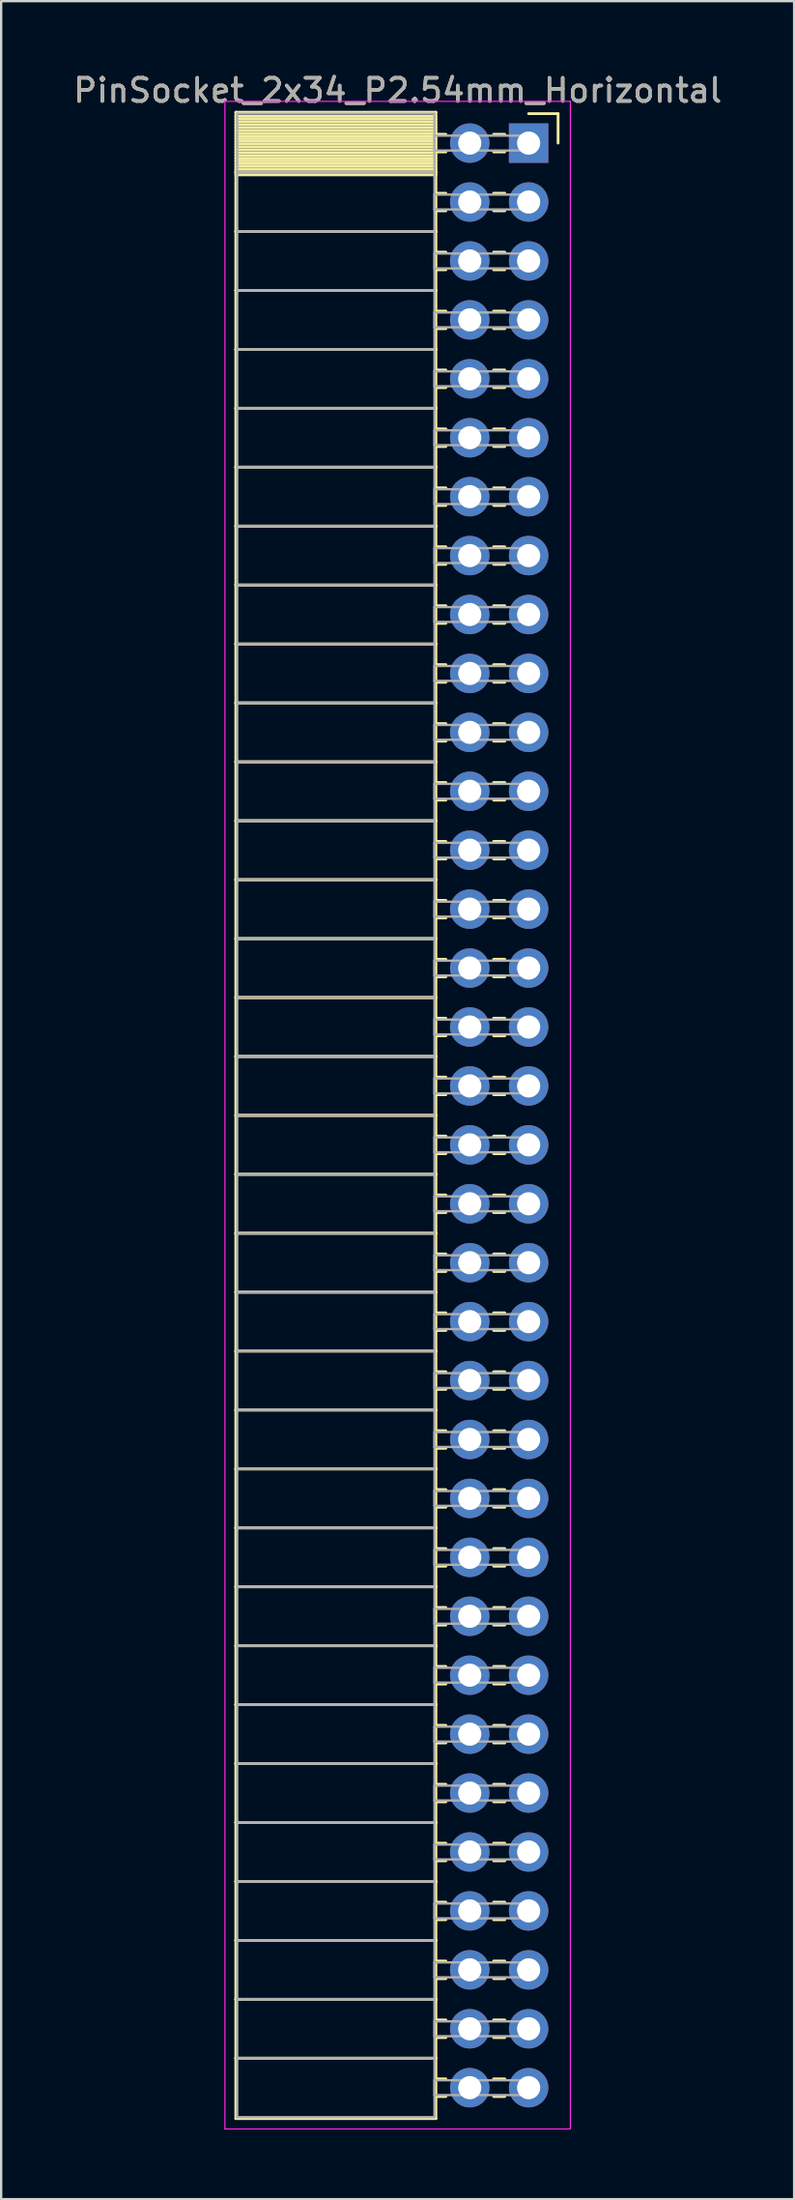
<source format=kicad_pcb>
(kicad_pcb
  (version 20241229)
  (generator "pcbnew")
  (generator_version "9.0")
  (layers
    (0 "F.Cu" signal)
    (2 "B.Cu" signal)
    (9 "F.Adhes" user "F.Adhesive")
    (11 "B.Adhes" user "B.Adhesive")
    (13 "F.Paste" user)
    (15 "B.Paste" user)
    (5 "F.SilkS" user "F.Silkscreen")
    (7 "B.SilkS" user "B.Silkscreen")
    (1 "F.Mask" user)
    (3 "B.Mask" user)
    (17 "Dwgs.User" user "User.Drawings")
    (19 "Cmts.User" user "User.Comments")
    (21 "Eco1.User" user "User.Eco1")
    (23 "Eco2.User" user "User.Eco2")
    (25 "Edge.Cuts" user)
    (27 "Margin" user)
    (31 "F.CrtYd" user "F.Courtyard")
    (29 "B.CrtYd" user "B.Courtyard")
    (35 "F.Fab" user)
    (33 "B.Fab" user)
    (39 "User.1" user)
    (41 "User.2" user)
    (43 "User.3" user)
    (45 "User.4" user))
  (footprint "PinSocket_2x34_P2.54mm_Horizontal"
    (layer "F.Cu")
    (at 19.751 3.118)
    (property "Reference" "PinSocket_2x34_P2.54mm_Horizontal" (at -5.65 -2.27 0) (layer "F.SilkS") (effects (font (size 1 1) (thickness 0.15))))
    (attr through_hole)
    (fp_line (start -12.63 -1.33) (end -4 -1.33) (stroke (width 0.12) (type solid)) (layer "F.SilkS"))
    (fp_line (start -12.63 1.27) (end -12.63 -1.33) (stroke (width 0.12) (type solid)) (layer "F.SilkS"))
    (fp_line (start -12.63 1.27) (end -4 1.27) (stroke (width 0.12) (type solid)) (layer "F.SilkS"))
    (fp_line (start -12.63 3.81) (end -12.63 1.27) (stroke (width 0.12) (type solid)) (layer "F.SilkS"))
    (fp_line (start -12.63 3.81) (end -4 3.81) (stroke (width 0.12) (type solid)) (layer "F.SilkS"))
    (fp_line (start -12.63 6.35) (end -12.63 3.81) (stroke (width 0.12) (type solid)) (layer "F.SilkS"))
    (fp_line (start -12.63 6.35) (end -4 6.35) (stroke (width 0.12) (type solid)) (layer "F.SilkS"))
    (fp_line (start -12.63 8.89) (end -12.63 6.35) (stroke (width 0.12) (type solid)) (layer "F.SilkS"))
    (fp_line (start -12.63 8.89) (end -4 8.89) (stroke (width 0.12) (type solid)) (layer "F.SilkS"))
    (fp_line (start -12.63 11.43) (end -12.63 8.89) (stroke (width 0.12) (type solid)) (layer "F.SilkS"))
    (fp_line (start -12.63 11.43) (end -4 11.43) (stroke (width 0.12) (type solid)) (layer "F.SilkS"))
    (fp_line (start -12.63 13.97) (end -12.63 11.43) (stroke (width 0.12) (type solid)) (layer "F.SilkS"))
    (fp_line (start -12.63 13.97) (end -4 13.97) (stroke (width 0.12) (type solid)) (layer "F.SilkS"))
    (fp_line (start -12.63 16.51) (end -12.63 13.97) (stroke (width 0.12) (type solid)) (layer "F.SilkS"))
    (fp_line (start -12.63 16.51) (end -4 16.51) (stroke (width 0.12) (type solid)) (layer "F.SilkS"))
    (fp_line (start -12.63 19.05) (end -12.63 16.51) (stroke (width 0.12) (type solid)) (layer "F.SilkS"))
    (fp_line (start -12.63 19.05) (end -4 19.05) (stroke (width 0.12) (type solid)) (layer "F.SilkS"))
    (fp_line (start -12.63 21.59) (end -12.63 19.05) (stroke (width 0.12) (type solid)) (layer "F.SilkS"))
    (fp_line (start -12.63 21.59) (end -4 21.59) (stroke (width 0.12) (type solid)) (layer "F.SilkS"))
    (fp_line (start -12.63 24.13) (end -12.63 21.59) (stroke (width 0.12) (type solid)) (layer "F.SilkS"))
    (fp_line (start -12.63 24.13) (end -4 24.13) (stroke (width 0.12) (type solid)) (layer "F.SilkS"))
    (fp_line (start -12.63 26.67) (end -12.63 24.13) (stroke (width 0.12) (type solid)) (layer "F.SilkS"))
    (fp_line (start -12.63 26.67) (end -4 26.67) (stroke (width 0.12) (type solid)) (layer "F.SilkS"))
    (fp_line (start -12.63 29.21) (end -12.63 26.67) (stroke (width 0.12) (type solid)) (layer "F.SilkS"))
    (fp_line (start -12.63 29.21) (end -4 29.21) (stroke (width 0.12) (type solid)) (layer "F.SilkS"))
    (fp_line (start -12.63 31.75) (end -12.63 29.21) (stroke (width 0.12) (type solid)) (layer "F.SilkS"))
    (fp_line (start -12.63 31.75) (end -4 31.75) (stroke (width 0.12) (type solid)) (layer "F.SilkS"))
    (fp_line (start -12.63 34.29) (end -12.63 31.75) (stroke (width 0.12) (type solid)) (layer "F.SilkS"))
    (fp_line (start -12.63 34.29) (end -4 34.29) (stroke (width 0.12) (type solid)) (layer "F.SilkS"))
    (fp_line (start -12.63 36.83) (end -12.63 34.29) (stroke (width 0.12) (type solid)) (layer "F.SilkS"))
    (fp_line (start -12.63 36.83) (end -4 36.83) (stroke (width 0.12) (type solid)) (layer "F.SilkS"))
    (fp_line (start -12.63 39.37) (end -12.63 36.83) (stroke (width 0.12) (type solid)) (layer "F.SilkS"))
    (fp_line (start -12.63 39.37) (end -4 39.37) (stroke (width 0.12) (type solid)) (layer "F.SilkS"))
    (fp_line (start -12.63 41.91) (end -12.63 39.37) (stroke (width 0.12) (type solid)) (layer "F.SilkS"))
    (fp_line (start -12.63 41.91) (end -4 41.91) (stroke (width 0.12) (type solid)) (layer "F.SilkS"))
    (fp_line (start -12.63 44.45) (end -12.63 41.91) (stroke (width 0.12) (type solid)) (layer "F.SilkS"))
    (fp_line (start -12.63 44.45) (end -4 44.45) (stroke (width 0.12) (type solid)) (layer "F.SilkS"))
    (fp_line (start -12.63 46.99) (end -12.63 44.45) (stroke (width 0.12) (type solid)) (layer "F.SilkS"))
    (fp_line (start -12.63 46.99) (end -4 46.99) (stroke (width 0.12) (type solid)) (layer "F.SilkS"))
    (fp_line (start -12.63 49.53) (end -12.63 46.99) (stroke (width 0.12) (type solid)) (layer "F.SilkS"))
    (fp_line (start -12.63 49.53) (end -4 49.53) (stroke (width 0.12) (type solid)) (layer "F.SilkS"))
    (fp_line (start -12.63 52.07) (end -12.63 49.53) (stroke (width 0.12) (type solid)) (layer "F.SilkS"))
    (fp_line (start -12.63 52.07) (end -4 52.07) (stroke (width 0.12) (type solid)) (layer "F.SilkS"))
    (fp_line (start -12.63 54.61) (end -12.63 52.07) (stroke (width 0.12) (type solid)) (layer "F.SilkS"))
    (fp_line (start -12.63 54.61) (end -4 54.61) (stroke (width 0.12) (type solid)) (layer "F.SilkS"))
    (fp_line (start -12.63 57.15) (end -12.63 54.61) (stroke (width 0.12) (type solid)) (layer "F.SilkS"))
    (fp_line (start -12.63 57.15) (end -4 57.15) (stroke (width 0.12) (type solid)) (layer "F.SilkS"))
    (fp_line (start -12.63 59.69) (end -12.63 57.15) (stroke (width 0.12) (type solid)) (layer "F.SilkS"))
    (fp_line (start -12.63 59.69) (end -4 59.69) (stroke (width 0.12) (type solid)) (layer "F.SilkS"))
    (fp_line (start -12.63 62.23) (end -12.63 59.69) (stroke (width 0.12) (type solid)) (layer "F.SilkS"))
    (fp_line (start -12.63 62.23) (end -4 62.23) (stroke (width 0.12) (type solid)) (layer "F.SilkS"))
    (fp_line (start -12.63 64.77) (end -12.63 62.23) (stroke (width 0.12) (type solid)) (layer "F.SilkS"))
    (fp_line (start -12.63 64.77) (end -4 64.77) (stroke (width 0.12) (type solid)) (layer "F.SilkS"))
    (fp_line (start -12.63 67.31) (end -12.63 64.77) (stroke (width 0.12) (type solid)) (layer "F.SilkS"))
    (fp_line (start -12.63 67.31) (end -4 67.31) (stroke (width 0.12) (type solid)) (layer "F.SilkS"))
    (fp_line (start -12.63 69.85) (end -12.63 67.31) (stroke (width 0.12) (type solid)) (layer "F.SilkS"))
    (fp_line (start -12.63 69.85) (end -4 69.85) (stroke (width 0.12) (type solid)) (layer "F.SilkS"))
    (fp_line (start -12.63 72.39) (end -12.63 69.85) (stroke (width 0.12) (type solid)) (layer "F.SilkS"))
    (fp_line (start -12.63 72.39) (end -4 72.39) (stroke (width 0.12) (type solid)) (layer "F.SilkS"))
    (fp_line (start -12.63 74.93) (end -12.63 72.39) (stroke (width 0.12) (type solid)) (layer "F.SilkS"))
    (fp_line (start -12.63 74.93) (end -4 74.93) (stroke (width 0.12) (type solid)) (layer "F.SilkS"))
    (fp_line (start -12.63 77.47) (end -12.63 74.93) (stroke (width 0.12) (type solid)) (layer "F.SilkS"))
    (fp_line (start -12.63 77.47) (end -4 77.47) (stroke (width 0.12) (type solid)) (layer "F.SilkS"))
    (fp_line (start -12.63 80.01) (end -12.63 77.47) (stroke (width 0.12) (type solid)) (layer "F.SilkS"))
    (fp_line (start -12.63 80.01) (end -4 80.01) (stroke (width 0.12) (type solid)) (layer "F.SilkS"))
    (fp_line (start -12.63 82.55) (end -12.63 80.01) (stroke (width 0.12) (type solid)) (layer "F.SilkS"))
    (fp_line (start -12.63 82.55) (end -4 82.55) (stroke (width 0.12) (type solid)) (layer "F.SilkS"))
    (fp_line (start -12.63 85.15) (end -12.63 82.55) (stroke (width 0.12) (type solid)) (layer "F.SilkS"))
    (fp_line (start -4 -1.33) (end -4 1.27) (stroke (width 0.12) (type solid)) (layer "F.SilkS"))
    (fp_line (start -4 -1.15) (end -12.63 -1.15) (stroke (width 0.12) (type solid)) (layer "F.SilkS"))
    (fp_line (start -4 -1.03) (end -12.63 -1.03) (stroke (width 0.12) (type solid)) (layer "F.SilkS"))
    (fp_line (start -4 -0.91) (end -12.63 -0.91) (stroke (width 0.12) (type solid)) (layer "F.SilkS"))
    (fp_line (start -4 -0.79) (end -12.63 -0.79) (stroke (width 0.12) (type solid)) (layer "F.SilkS"))
    (fp_line (start -4 -0.67) (end -12.63 -0.67) (stroke (width 0.12) (type solid)) (layer "F.SilkS"))
    (fp_line (start -4 -0.55) (end -12.63 -0.55) (stroke (width 0.12) (type solid)) (layer "F.SilkS"))
    (fp_line (start -4 -0.43) (end -12.63 -0.43) (stroke (width 0.12) (type solid)) (layer "F.SilkS"))
    (fp_line (start -4 -0.31) (end -12.63 -0.31) (stroke (width 0.12) (type solid)) (layer "F.SilkS"))
    (fp_line (start -4 -0.19) (end -12.63 -0.19) (stroke (width 0.12) (type solid)) (layer "F.SilkS"))
    (fp_line (start -4 -0.07) (end -12.63 -0.07) (stroke (width 0.12) (type solid)) (layer "F.SilkS"))
    (fp_line (start -4 0.05) (end -12.63 0.05) (stroke (width 0.12) (type solid)) (layer "F.SilkS"))
    (fp_line (start -4 0.17) (end -12.63 0.17) (stroke (width 0.12) (type solid)) (layer "F.SilkS"))
    (fp_line (start -4 0.29) (end -12.63 0.29) (stroke (width 0.12) (type solid)) (layer "F.SilkS"))
    (fp_line (start -4 0.41) (end -12.63 0.41) (stroke (width 0.12) (type solid)) (layer "F.SilkS"))
    (fp_line (start -4 0.53) (end -12.63 0.53) (stroke (width 0.12) (type solid)) (layer "F.SilkS"))
    (fp_line (start -4 0.65) (end -12.63 0.65) (stroke (width 0.12) (type solid)) (layer "F.SilkS"))
    (fp_line (start -4 0.77) (end -12.63 0.77) (stroke (width 0.12) (type solid)) (layer "F.SilkS"))
    (fp_line (start -4 0.89) (end -12.63 0.89) (stroke (width 0.12) (type solid)) (layer "F.SilkS"))
    (fp_line (start -4 1.01) (end -12.63 1.01) (stroke (width 0.12) (type solid)) (layer "F.SilkS"))
    (fp_line (start -4 1.13) (end -12.63 1.13) (stroke (width 0.12) (type solid)) (layer "F.SilkS"))
    (fp_line (start -4 1.25) (end -12.63 1.25) (stroke (width 0.12) (type solid)) (layer "F.SilkS"))
    (fp_line (start -4 1.27) (end -12.63 1.27) (stroke (width 0.12) (type solid)) (layer "F.SilkS"))
    (fp_line (start -4 1.27) (end -4 3.81) (stroke (width 0.12) (type solid)) (layer "F.SilkS"))
    (fp_line (start -4 1.37) (end -12.63 1.37) (stroke (width 0.12) (type solid)) (layer "F.SilkS"))
    (fp_line (start -4 3.81) (end -12.63 3.81) (stroke (width 0.12) (type solid)) (layer "F.SilkS"))
    (fp_line (start -4 3.81) (end -4 6.35) (stroke (width 0.12) (type solid)) (layer "F.SilkS"))
    (fp_line (start -4 6.35) (end -12.63 6.35) (stroke (width 0.12) (type solid)) (layer "F.SilkS"))
    (fp_line (start -4 6.35) (end -4 8.89) (stroke (width 0.12) (type solid)) (layer "F.SilkS"))
    (fp_line (start -4 8.89) (end -12.63 8.89) (stroke (width 0.12) (type solid)) (layer "F.SilkS"))
    (fp_line (start -4 8.89) (end -4 11.43) (stroke (width 0.12) (type solid)) (layer "F.SilkS"))
    (fp_line (start -4 11.43) (end -12.63 11.43) (stroke (width 0.12) (type solid)) (layer "F.SilkS"))
    (fp_line (start -4 11.43) (end -4 13.97) (stroke (width 0.12) (type solid)) (layer "F.SilkS"))
    (fp_line (start -4 13.97) (end -12.63 13.97) (stroke (width 0.12) (type solid)) (layer "F.SilkS"))
    (fp_line (start -4 13.97) (end -4 16.51) (stroke (width 0.12) (type solid)) (layer "F.SilkS"))
    (fp_line (start -4 16.51) (end -12.63 16.51) (stroke (width 0.12) (type solid)) (layer "F.SilkS"))
    (fp_line (start -4 16.51) (end -4 19.05) (stroke (width 0.12) (type solid)) (layer "F.SilkS"))
    (fp_line (start -4 19.05) (end -12.63 19.05) (stroke (width 0.12) (type solid)) (layer "F.SilkS"))
    (fp_line (start -4 19.05) (end -4 21.59) (stroke (width 0.12) (type solid)) (layer "F.SilkS"))
    (fp_line (start -4 21.59) (end -12.63 21.59) (stroke (width 0.12) (type solid)) (layer "F.SilkS"))
    (fp_line (start -4 21.59) (end -4 24.13) (stroke (width 0.12) (type solid)) (layer "F.SilkS"))
    (fp_line (start -4 24.13) (end -12.63 24.13) (stroke (width 0.12) (type solid)) (layer "F.SilkS"))
    (fp_line (start -4 24.13) (end -4 26.67) (stroke (width 0.12) (type solid)) (layer "F.SilkS"))
    (fp_line (start -4 26.67) (end -12.63 26.67) (stroke (width 0.12) (type solid)) (layer "F.SilkS"))
    (fp_line (start -4 26.67) (end -4 29.21) (stroke (width 0.12) (type solid)) (layer "F.SilkS"))
    (fp_line (start -4 29.21) (end -12.63 29.21) (stroke (width 0.12) (type solid)) (layer "F.SilkS"))
    (fp_line (start -4 29.21) (end -4 31.75) (stroke (width 0.12) (type solid)) (layer "F.SilkS"))
    (fp_line (start -4 31.75) (end -12.63 31.75) (stroke (width 0.12) (type solid)) (layer "F.SilkS"))
    (fp_line (start -4 31.75) (end -4 34.29) (stroke (width 0.12) (type solid)) (layer "F.SilkS"))
    (fp_line (start -4 34.29) (end -12.63 34.29) (stroke (width 0.12) (type solid)) (layer "F.SilkS"))
    (fp_line (start -4 34.29) (end -4 36.83) (stroke (width 0.12) (type solid)) (layer "F.SilkS"))
    (fp_line (start -4 36.83) (end -12.63 36.83) (stroke (width 0.12) (type solid)) (layer "F.SilkS"))
    (fp_line (start -4 36.83) (end -4 39.37) (stroke (width 0.12) (type solid)) (layer "F.SilkS"))
    (fp_line (start -4 39.37) (end -12.63 39.37) (stroke (width 0.12) (type solid)) (layer "F.SilkS"))
    (fp_line (start -4 39.37) (end -4 41.91) (stroke (width 0.12) (type solid)) (layer "F.SilkS"))
    (fp_line (start -4 41.91) (end -12.63 41.91) (stroke (width 0.12) (type solid)) (layer "F.SilkS"))
    (fp_line (start -4 41.91) (end -4 44.45) (stroke (width 0.12) (type solid)) (layer "F.SilkS"))
    (fp_line (start -4 44.45) (end -12.63 44.45) (stroke (width 0.12) (type solid)) (layer "F.SilkS"))
    (fp_line (start -4 44.45) (end -4 46.99) (stroke (width 0.12) (type solid)) (layer "F.SilkS"))
    (fp_line (start -4 46.99) (end -12.63 46.99) (stroke (width 0.12) (type solid)) (layer "F.SilkS"))
    (fp_line (start -4 46.99) (end -4 49.53) (stroke (width 0.12) (type solid)) (layer "F.SilkS"))
    (fp_line (start -4 49.53) (end -12.63 49.53) (stroke (width 0.12) (type solid)) (layer "F.SilkS"))
    (fp_line (start -4 49.53) (end -4 52.07) (stroke (width 0.12) (type solid)) (layer "F.SilkS"))
    (fp_line (start -4 52.07) (end -12.63 52.07) (stroke (width 0.12) (type solid)) (layer "F.SilkS"))
    (fp_line (start -4 52.07) (end -4 54.61) (stroke (width 0.12) (type solid)) (layer "F.SilkS"))
    (fp_line (start -4 54.61) (end -12.63 54.61) (stroke (width 0.12) (type solid)) (layer "F.SilkS"))
    (fp_line (start -4 54.61) (end -4 57.15) (stroke (width 0.12) (type solid)) (layer "F.SilkS"))
    (fp_line (start -4 57.15) (end -12.63 57.15) (stroke (width 0.12) (type solid)) (layer "F.SilkS"))
    (fp_line (start -4 57.15) (end -4 59.69) (stroke (width 0.12) (type solid)) (layer "F.SilkS"))
    (fp_line (start -4 59.69) (end -12.63 59.69) (stroke (width 0.12) (type solid)) (layer "F.SilkS"))
    (fp_line (start -4 59.69) (end -4 62.23) (stroke (width 0.12) (type solid)) (layer "F.SilkS"))
    (fp_line (start -4 62.23) (end -12.63 62.23) (stroke (width 0.12) (type solid)) (layer "F.SilkS"))
    (fp_line (start -4 62.23) (end -4 64.77) (stroke (width 0.12) (type solid)) (layer "F.SilkS"))
    (fp_line (start -4 64.77) (end -12.63 64.77) (stroke (width 0.12) (type solid)) (layer "F.SilkS"))
    (fp_line (start -4 64.77) (end -4 67.31) (stroke (width 0.12) (type solid)) (layer "F.SilkS"))
    (fp_line (start -4 67.31) (end -12.63 67.31) (stroke (width 0.12) (type solid)) (layer "F.SilkS"))
    (fp_line (start -4 67.31) (end -4 69.85) (stroke (width 0.12) (type solid)) (layer "F.SilkS"))
    (fp_line (start -4 69.85) (end -12.63 69.85) (stroke (width 0.12) (type solid)) (layer "F.SilkS"))
    (fp_line (start -4 69.85) (end -4 72.39) (stroke (width 0.12) (type solid)) (layer "F.SilkS"))
    (fp_line (start -4 72.39) (end -12.63 72.39) (stroke (width 0.12) (type solid)) (layer "F.SilkS"))
    (fp_line (start -4 72.39) (end -4 74.93) (stroke (width 0.12) (type solid)) (layer "F.SilkS"))
    (fp_line (start -4 74.93) (end -12.63 74.93) (stroke (width 0.12) (type solid)) (layer "F.SilkS"))
    (fp_line (start -4 74.93) (end -4 77.47) (stroke (width 0.12) (type solid)) (layer "F.SilkS"))
    (fp_line (start -4 77.47) (end -12.63 77.47) (stroke (width 0.12) (type solid)) (layer "F.SilkS"))
    (fp_line (start -4 77.47) (end -4 80.01) (stroke (width 0.12) (type solid)) (layer "F.SilkS"))
    (fp_line (start -4 80.01) (end -12.63 80.01) (stroke (width 0.12) (type solid)) (layer "F.SilkS"))
    (fp_line (start -4 80.01) (end -4 82.55) (stroke (width 0.12) (type solid)) (layer "F.SilkS"))
    (fp_line (start -4 82.55) (end -12.63 82.55) (stroke (width 0.12) (type solid)) (layer "F.SilkS"))
    (fp_line (start -4 82.55) (end -4 85.15) (stroke (width 0.12) (type solid)) (layer "F.SilkS"))
    (fp_line (start -4 85.15) (end -12.63 85.15) (stroke (width 0.12) (type solid)) (layer "F.SilkS"))
    (fp_line (start -3.57 -0.38) (end -4 -0.38) (stroke (width 0.12) (type solid)) (layer "F.SilkS"))
    (fp_line (start -3.57 0.38) (end -4 0.38) (stroke (width 0.12) (type solid)) (layer "F.SilkS"))
    (fp_line (start -3.57 2.16) (end -4 2.16) (stroke (width 0.12) (type solid)) (layer "F.SilkS"))
    (fp_line (start -3.57 2.92) (end -4 2.92) (stroke (width 0.12) (type solid)) (layer "F.SilkS"))
    (fp_line (start -3.57 4.7) (end -4 4.7) (stroke (width 0.12) (type solid)) (layer "F.SilkS"))
    (fp_line (start -3.57 5.46) (end -4 5.46) (stroke (width 0.12) (type solid)) (layer "F.SilkS"))
    (fp_line (start -3.57 7.24) (end -4 7.24) (stroke (width 0.12) (type solid)) (layer "F.SilkS"))
    (fp_line (start -3.57 8) (end -4 8) (stroke (width 0.12) (type solid)) (layer "F.SilkS"))
    (fp_line (start -3.57 9.78) (end -4 9.78) (stroke (width 0.12) (type solid)) (layer "F.SilkS"))
    (fp_line (start -3.57 10.54) (end -4 10.54) (stroke (width 0.12) (type solid)) (layer "F.SilkS"))
    (fp_line (start -3.57 12.32) (end -4 12.32) (stroke (width 0.12) (type solid)) (layer "F.SilkS"))
    (fp_line (start -3.57 13.08) (end -4 13.08) (stroke (width 0.12) (type solid)) (layer "F.SilkS"))
    (fp_line (start -3.57 14.86) (end -4 14.86) (stroke (width 0.12) (type solid)) (layer "F.SilkS"))
    (fp_line (start -3.57 15.62) (end -4 15.62) (stroke (width 0.12) (type solid)) (layer "F.SilkS"))
    (fp_line (start -3.57 17.4) (end -4 17.4) (stroke (width 0.12) (type solid)) (layer "F.SilkS"))
    (fp_line (start -3.57 18.16) (end -4 18.16) (stroke (width 0.12) (type solid)) (layer "F.SilkS"))
    (fp_line (start -3.57 19.94) (end -4 19.94) (stroke (width 0.12) (type solid)) (layer "F.SilkS"))
    (fp_line (start -3.57 20.7) (end -4 20.7) (stroke (width 0.12) (type solid)) (layer "F.SilkS"))
    (fp_line (start -3.57 22.48) (end -4 22.48) (stroke (width 0.12) (type solid)) (layer "F.SilkS"))
    (fp_line (start -3.57 23.24) (end -4 23.24) (stroke (width 0.12) (type solid)) (layer "F.SilkS"))
    (fp_line (start -3.57 25.02) (end -4 25.02) (stroke (width 0.12) (type solid)) (layer "F.SilkS"))
    (fp_line (start -3.57 25.78) (end -4 25.78) (stroke (width 0.12) (type solid)) (layer "F.SilkS"))
    (fp_line (start -3.57 27.56) (end -4 27.56) (stroke (width 0.12) (type solid)) (layer "F.SilkS"))
    (fp_line (start -3.57 28.32) (end -4 28.32) (stroke (width 0.12) (type solid)) (layer "F.SilkS"))
    (fp_line (start -3.57 30.1) (end -4 30.1) (stroke (width 0.12) (type solid)) (layer "F.SilkS"))
    (fp_line (start -3.57 30.86) (end -4 30.86) (stroke (width 0.12) (type solid)) (layer "F.SilkS"))
    (fp_line (start -3.57 32.64) (end -4 32.64) (stroke (width 0.12) (type solid)) (layer "F.SilkS"))
    (fp_line (start -3.57 33.4) (end -4 33.4) (stroke (width 0.12) (type solid)) (layer "F.SilkS"))
    (fp_line (start -3.57 35.18) (end -4 35.18) (stroke (width 0.12) (type solid)) (layer "F.SilkS"))
    (fp_line (start -3.57 35.94) (end -4 35.94) (stroke (width 0.12) (type solid)) (layer "F.SilkS"))
    (fp_line (start -3.57 37.72) (end -4 37.72) (stroke (width 0.12) (type solid)) (layer "F.SilkS"))
    (fp_line (start -3.57 38.48) (end -4 38.48) (stroke (width 0.12) (type solid)) (layer "F.SilkS"))
    (fp_line (start -3.57 40.26) (end -4 40.26) (stroke (width 0.12) (type solid)) (layer "F.SilkS"))
    (fp_line (start -3.57 41.02) (end -4 41.02) (stroke (width 0.12) (type solid)) (layer "F.SilkS"))
    (fp_line (start -3.57 42.8) (end -4 42.8) (stroke (width 0.12) (type solid)) (layer "F.SilkS"))
    (fp_line (start -3.57 43.56) (end -4 43.56) (stroke (width 0.12) (type solid)) (layer "F.SilkS"))
    (fp_line (start -3.57 45.34) (end -4 45.34) (stroke (width 0.12) (type solid)) (layer "F.SilkS"))
    (fp_line (start -3.57 46.1) (end -4 46.1) (stroke (width 0.12) (type solid)) (layer "F.SilkS"))
    (fp_line (start -3.57 47.88) (end -4 47.88) (stroke (width 0.12) (type solid)) (layer "F.SilkS"))
    (fp_line (start -3.57 48.64) (end -4 48.64) (stroke (width 0.12) (type solid)) (layer "F.SilkS"))
    (fp_line (start -3.57 50.42) (end -4 50.42) (stroke (width 0.12) (type solid)) (layer "F.SilkS"))
    (fp_line (start -3.57 51.18) (end -4 51.18) (stroke (width 0.12) (type solid)) (layer "F.SilkS"))
    (fp_line (start -3.57 52.96) (end -4 52.96) (stroke (width 0.12) (type solid)) (layer "F.SilkS"))
    (fp_line (start -3.57 53.72) (end -4 53.72) (stroke (width 0.12) (type solid)) (layer "F.SilkS"))
    (fp_line (start -3.57 55.5) (end -4 55.5) (stroke (width 0.12) (type solid)) (layer "F.SilkS"))
    (fp_line (start -3.57 56.26) (end -4 56.26) (stroke (width 0.12) (type solid)) (layer "F.SilkS"))
    (fp_line (start -3.57 58.04) (end -4 58.04) (stroke (width 0.12) (type solid)) (layer "F.SilkS"))
    (fp_line (start -3.57 58.8) (end -4 58.8) (stroke (width 0.12) (type solid)) (layer "F.SilkS"))
    (fp_line (start -3.57 60.58) (end -4 60.58) (stroke (width 0.12) (type solid)) (layer "F.SilkS"))
    (fp_line (start -3.57 61.34) (end -4 61.34) (stroke (width 0.12) (type solid)) (layer "F.SilkS"))
    (fp_line (start -3.57 63.12) (end -4 63.12) (stroke (width 0.12) (type solid)) (layer "F.SilkS"))
    (fp_line (start -3.57 63.88) (end -4 63.88) (stroke (width 0.12) (type solid)) (layer "F.SilkS"))
    (fp_line (start -3.57 65.66) (end -4 65.66) (stroke (width 0.12) (type solid)) (layer "F.SilkS"))
    (fp_line (start -3.57 66.42) (end -4 66.42) (stroke (width 0.12) (type solid)) (layer "F.SilkS"))
    (fp_line (start -3.57 68.2) (end -4 68.2) (stroke (width 0.12) (type solid)) (layer "F.SilkS"))
    (fp_line (start -3.57 68.96) (end -4 68.96) (stroke (width 0.12) (type solid)) (layer "F.SilkS"))
    (fp_line (start -3.57 70.74) (end -4 70.74) (stroke (width 0.12) (type solid)) (layer "F.SilkS"))
    (fp_line (start -3.57 71.5) (end -4 71.5) (stroke (width 0.12) (type solid)) (layer "F.SilkS"))
    (fp_line (start -3.57 73.28) (end -4 73.28) (stroke (width 0.12) (type solid)) (layer "F.SilkS"))
    (fp_line (start -3.57 74.04) (end -4 74.04) (stroke (width 0.12) (type solid)) (layer "F.SilkS"))
    (fp_line (start -3.57 75.82) (end -4 75.82) (stroke (width 0.12) (type solid)) (layer "F.SilkS"))
    (fp_line (start -3.57 76.58) (end -4 76.58) (stroke (width 0.12) (type solid)) (layer "F.SilkS"))
    (fp_line (start -3.57 78.36) (end -4 78.36) (stroke (width 0.12) (type solid)) (layer "F.SilkS"))
    (fp_line (start -3.57 79.12) (end -4 79.12) (stroke (width 0.12) (type solid)) (layer "F.SilkS"))
    (fp_line (start -3.57 80.9) (end -4 80.9) (stroke (width 0.12) (type solid)) (layer "F.SilkS"))
    (fp_line (start -3.57 81.66) (end -4 81.66) (stroke (width 0.12) (type solid)) (layer "F.SilkS"))
    (fp_line (start -3.57 83.44) (end -4 83.44) (stroke (width 0.12) (type solid)) (layer "F.SilkS"))
    (fp_line (start -3.57 84.2) (end -4 84.2) (stroke (width 0.12) (type solid)) (layer "F.SilkS"))
    (fp_line (start -1.03 -0.38) (end -1.51 -0.38) (stroke (width 0.12) (type solid)) (layer "F.SilkS"))
    (fp_line (start -1.03 0.38) (end -1.51 0.38) (stroke (width 0.12) (type solid)) (layer "F.SilkS"))
    (fp_line (start -1.03 2.16) (end -1.51 2.16) (stroke (width 0.12) (type solid)) (layer "F.SilkS"))
    (fp_line (start -1.03 2.92) (end -1.51 2.92) (stroke (width 0.12) (type solid)) (layer "F.SilkS"))
    (fp_line (start -1.03 4.7) (end -1.51 4.7) (stroke (width 0.12) (type solid)) (layer "F.SilkS"))
    (fp_line (start -1.03 5.46) (end -1.51 5.46) (stroke (width 0.12) (type solid)) (layer "F.SilkS"))
    (fp_line (start -1.03 7.24) (end -1.51 7.24) (stroke (width 0.12) (type solid)) (layer "F.SilkS"))
    (fp_line (start -1.03 8) (end -1.51 8) (stroke (width 0.12) (type solid)) (layer "F.SilkS"))
    (fp_line (start -1.03 9.78) (end -1.51 9.78) (stroke (width 0.12) (type solid)) (layer "F.SilkS"))
    (fp_line (start -1.03 10.54) (end -1.51 10.54) (stroke (width 0.12) (type solid)) (layer "F.SilkS"))
    (fp_line (start -1.03 12.32) (end -1.51 12.32) (stroke (width 0.12) (type solid)) (layer "F.SilkS"))
    (fp_line (start -1.03 13.08) (end -1.51 13.08) (stroke (width 0.12) (type solid)) (layer "F.SilkS"))
    (fp_line (start -1.03 14.86) (end -1.51 14.86) (stroke (width 0.12) (type solid)) (layer "F.SilkS"))
    (fp_line (start -1.03 15.62) (end -1.51 15.62) (stroke (width 0.12) (type solid)) (layer "F.SilkS"))
    (fp_line (start -1.03 17.4) (end -1.51 17.4) (stroke (width 0.12) (type solid)) (layer "F.SilkS"))
    (fp_line (start -1.03 18.16) (end -1.51 18.16) (stroke (width 0.12) (type solid)) (layer "F.SilkS"))
    (fp_line (start -1.03 19.94) (end -1.51 19.94) (stroke (width 0.12) (type solid)) (layer "F.SilkS"))
    (fp_line (start -1.03 20.7) (end -1.51 20.7) (stroke (width 0.12) (type solid)) (layer "F.SilkS"))
    (fp_line (start -1.03 22.48) (end -1.51 22.48) (stroke (width 0.12) (type solid)) (layer "F.SilkS"))
    (fp_line (start -1.03 23.24) (end -1.51 23.24) (stroke (width 0.12) (type solid)) (layer "F.SilkS"))
    (fp_line (start -1.03 25.02) (end -1.51 25.02) (stroke (width 0.12) (type solid)) (layer "F.SilkS"))
    (fp_line (start -1.03 25.78) (end -1.51 25.78) (stroke (width 0.12) (type solid)) (layer "F.SilkS"))
    (fp_line (start -1.03 27.56) (end -1.51 27.56) (stroke (width 0.12) (type solid)) (layer "F.SilkS"))
    (fp_line (start -1.03 28.32) (end -1.51 28.32) (stroke (width 0.12) (type solid)) (layer "F.SilkS"))
    (fp_line (start -1.03 30.1) (end -1.51 30.1) (stroke (width 0.12) (type solid)) (layer "F.SilkS"))
    (fp_line (start -1.03 30.86) (end -1.51 30.86) (stroke (width 0.12) (type solid)) (layer "F.SilkS"))
    (fp_line (start -1.03 32.64) (end -1.51 32.64) (stroke (width 0.12) (type solid)) (layer "F.SilkS"))
    (fp_line (start -1.03 33.4) (end -1.51 33.4) (stroke (width 0.12) (type solid)) (layer "F.SilkS"))
    (fp_line (start -1.03 35.18) (end -1.51 35.18) (stroke (width 0.12) (type solid)) (layer "F.SilkS"))
    (fp_line (start -1.03 35.94) (end -1.51 35.94) (stroke (width 0.12) (type solid)) (layer "F.SilkS"))
    (fp_line (start -1.03 37.72) (end -1.51 37.72) (stroke (width 0.12) (type solid)) (layer "F.SilkS"))
    (fp_line (start -1.03 38.48) (end -1.51 38.48) (stroke (width 0.12) (type solid)) (layer "F.SilkS"))
    (fp_line (start -1.03 40.26) (end -1.51 40.26) (stroke (width 0.12) (type solid)) (layer "F.SilkS"))
    (fp_line (start -1.03 41.02) (end -1.51 41.02) (stroke (width 0.12) (type solid)) (layer "F.SilkS"))
    (fp_line (start -1.03 42.8) (end -1.51 42.8) (stroke (width 0.12) (type solid)) (layer "F.SilkS"))
    (fp_line (start -1.03 43.56) (end -1.51 43.56) (stroke (width 0.12) (type solid)) (layer "F.SilkS"))
    (fp_line (start -1.03 45.34) (end -1.51 45.34) (stroke (width 0.12) (type solid)) (layer "F.SilkS"))
    (fp_line (start -1.03 46.1) (end -1.51 46.1) (stroke (width 0.12) (type solid)) (layer "F.SilkS"))
    (fp_line (start -1.03 47.88) (end -1.51 47.88) (stroke (width 0.12) (type solid)) (layer "F.SilkS"))
    (fp_line (start -1.03 48.64) (end -1.51 48.64) (stroke (width 0.12) (type solid)) (layer "F.SilkS"))
    (fp_line (start -1.03 50.42) (end -1.51 50.42) (stroke (width 0.12) (type solid)) (layer "F.SilkS"))
    (fp_line (start -1.03 51.18) (end -1.51 51.18) (stroke (width 0.12) (type solid)) (layer "F.SilkS"))
    (fp_line (start -1.03 52.96) (end -1.51 52.96) (stroke (width 0.12) (type solid)) (layer "F.SilkS"))
    (fp_line (start -1.03 53.72) (end -1.51 53.72) (stroke (width 0.12) (type solid)) (layer "F.SilkS"))
    (fp_line (start -1.03 55.5) (end -1.51 55.5) (stroke (width 0.12) (type solid)) (layer "F.SilkS"))
    (fp_line (start -1.03 56.26) (end -1.51 56.26) (stroke (width 0.12) (type solid)) (layer "F.SilkS"))
    (fp_line (start -1.03 58.04) (end -1.51 58.04) (stroke (width 0.12) (type solid)) (layer "F.SilkS"))
    (fp_line (start -1.03 58.8) (end -1.51 58.8) (stroke (width 0.12) (type solid)) (layer "F.SilkS"))
    (fp_line (start -1.03 60.58) (end -1.51 60.58) (stroke (width 0.12) (type solid)) (layer "F.SilkS"))
    (fp_line (start -1.03 61.34) (end -1.51 61.34) (stroke (width 0.12) (type solid)) (layer "F.SilkS"))
    (fp_line (start -1.03 63.12) (end -1.51 63.12) (stroke (width 0.12) (type solid)) (layer "F.SilkS"))
    (fp_line (start -1.03 63.88) (end -1.51 63.88) (stroke (width 0.12) (type solid)) (layer "F.SilkS"))
    (fp_line (start -1.03 65.66) (end -1.51 65.66) (stroke (width 0.12) (type solid)) (layer "F.SilkS"))
    (fp_line (start -1.03 66.42) (end -1.51 66.42) (stroke (width 0.12) (type solid)) (layer "F.SilkS"))
    (fp_line (start -1.03 68.2) (end -1.51 68.2) (stroke (width 0.12) (type solid)) (layer "F.SilkS"))
    (fp_line (start -1.03 68.96) (end -1.51 68.96) (stroke (width 0.12) (type solid)) (layer "F.SilkS"))
    (fp_line (start -1.03 70.74) (end -1.51 70.74) (stroke (width 0.12) (type solid)) (layer "F.SilkS"))
    (fp_line (start -1.03 71.5) (end -1.51 71.5) (stroke (width 0.12) (type solid)) (layer "F.SilkS"))
    (fp_line (start -1.03 73.28) (end -1.51 73.28) (stroke (width 0.12) (type solid)) (layer "F.SilkS"))
    (fp_line (start -1.03 74.04) (end -1.51 74.04) (stroke (width 0.12) (type solid)) (layer "F.SilkS"))
    (fp_line (start -1.03 75.82) (end -1.51 75.82) (stroke (width 0.12) (type solid)) (layer "F.SilkS"))
    (fp_line (start -1.03 76.58) (end -1.51 76.58) (stroke (width 0.12) (type solid)) (layer "F.SilkS"))
    (fp_line (start -1.03 78.36) (end -1.51 78.36) (stroke (width 0.12) (type solid)) (layer "F.SilkS"))
    (fp_line (start -1.03 79.12) (end -1.51 79.12) (stroke (width 0.12) (type solid)) (layer "F.SilkS"))
    (fp_line (start -1.03 80.9) (end -1.51 80.9) (stroke (width 0.12) (type solid)) (layer "F.SilkS"))
    (fp_line (start -1.03 81.66) (end -1.51 81.66) (stroke (width 0.12) (type solid)) (layer "F.SilkS"))
    (fp_line (start -1.03 83.44) (end -1.51 83.44) (stroke (width 0.12) (type solid)) (layer "F.SilkS"))
    (fp_line (start -1.03 84.2) (end -1.51 84.2) (stroke (width 0.12) (type solid)) (layer "F.SilkS"))
    (fp_line (start 0 -1.27) (end 1.27 -1.27) (stroke (width 0.12) (type solid)) (layer "F.SilkS"))
    (fp_line (start 1.27 -1.27) (end 1.27 0) (stroke (width 0.12) (type solid)) (layer "F.SilkS"))
    (fp_line (start -13.1 -1.8) (end 1.8 -1.8) (stroke (width 0.05) (type solid)) (layer "F.CrtYd"))
    (fp_line (start -13.1 85.6) (end -13.1 -1.8) (stroke (width 0.05) (type solid)) (layer "F.CrtYd"))
    (fp_line (start 1.8 -1.8) (end 1.8 85.6) (stroke (width 0.05) (type solid)) (layer "F.CrtYd"))
    (fp_line (start 1.8 85.6) (end -13.1 85.6) (stroke (width 0.05) (type solid)) (layer "F.CrtYd"))
    (fp_line (start -12.57 -1.27) (end -4.06 -1.27) (stroke (width 0.1) (type solid)) (layer "F.Fab"))
    (fp_line (start -12.57 1.27) (end -12.57 -1.27) (stroke (width 0.1) (type solid)) (layer "F.Fab"))
    (fp_line (start -12.57 1.27) (end -4.06 1.27) (stroke (width 0.1) (type solid)) (layer "F.Fab"))
    (fp_line (start -12.57 3.81) (end -12.57 1.27) (stroke (width 0.1) (type solid)) (layer "F.Fab"))
    (fp_line (start -12.57 3.81) (end -4.06 3.81) (stroke (width 0.1) (type solid)) (layer "F.Fab"))
    (fp_line (start -12.57 6.35) (end -12.57 3.81) (stroke (width 0.1) (type solid)) (layer "F.Fab"))
    (fp_line (start -12.57 6.35) (end -4.06 6.35) (stroke (width 0.1) (type solid)) (layer "F.Fab"))
    (fp_line (start -12.57 8.89) (end -12.57 6.35) (stroke (width 0.1) (type solid)) (layer "F.Fab"))
    (fp_line (start -12.57 8.89) (end -4.06 8.89) (stroke (width 0.1) (type solid)) (layer "F.Fab"))
    (fp_line (start -12.57 11.43) (end -12.57 8.89) (stroke (width 0.1) (type solid)) (layer "F.Fab"))
    (fp_line (start -12.57 11.43) (end -4.06 11.43) (stroke (width 0.1) (type solid)) (layer "F.Fab"))
    (fp_line (start -12.57 13.97) (end -12.57 11.43) (stroke (width 0.1) (type solid)) (layer "F.Fab"))
    (fp_line (start -12.57 13.97) (end -4.06 13.97) (stroke (width 0.1) (type solid)) (layer "F.Fab"))
    (fp_line (start -12.57 16.51) (end -12.57 13.97) (stroke (width 0.1) (type solid)) (layer "F.Fab"))
    (fp_line (start -12.57 16.51) (end -4.06 16.51) (stroke (width 0.1) (type solid)) (layer "F.Fab"))
    (fp_line (start -12.57 19.05) (end -12.57 16.51) (stroke (width 0.1) (type solid)) (layer "F.Fab"))
    (fp_line (start -12.57 19.05) (end -4.06 19.05) (stroke (width 0.1) (type solid)) (layer "F.Fab"))
    (fp_line (start -12.57 21.59) (end -12.57 19.05) (stroke (width 0.1) (type solid)) (layer "F.Fab"))
    (fp_line (start -12.57 21.59) (end -4.06 21.59) (stroke (width 0.1) (type solid)) (layer "F.Fab"))
    (fp_line (start -12.57 24.13) (end -12.57 21.59) (stroke (width 0.1) (type solid)) (layer "F.Fab"))
    (fp_line (start -12.57 24.13) (end -4.06 24.13) (stroke (width 0.1) (type solid)) (layer "F.Fab"))
    (fp_line (start -12.57 26.67) (end -12.57 24.13) (stroke (width 0.1) (type solid)) (layer "F.Fab"))
    (fp_line (start -12.57 26.67) (end -4.06 26.67) (stroke (width 0.1) (type solid)) (layer "F.Fab"))
    (fp_line (start -12.57 29.21) (end -12.57 26.67) (stroke (width 0.1) (type solid)) (layer "F.Fab"))
    (fp_line (start -12.57 29.21) (end -4.06 29.21) (stroke (width 0.1) (type solid)) (layer "F.Fab"))
    (fp_line (start -12.57 31.75) (end -12.57 29.21) (stroke (width 0.1) (type solid)) (layer "F.Fab"))
    (fp_line (start -12.57 31.75) (end -4.06 31.75) (stroke (width 0.1) (type solid)) (layer "F.Fab"))
    (fp_line (start -12.57 34.29) (end -12.57 31.75) (stroke (width 0.1) (type solid)) (layer "F.Fab"))
    (fp_line (start -12.57 34.29) (end -4.06 34.29) (stroke (width 0.1) (type solid)) (layer "F.Fab"))
    (fp_line (start -12.57 36.83) (end -12.57 34.29) (stroke (width 0.1) (type solid)) (layer "F.Fab"))
    (fp_line (start -12.57 36.83) (end -4.06 36.83) (stroke (width 0.1) (type solid)) (layer "F.Fab"))
    (fp_line (start -12.57 39.37) (end -12.57 36.83) (stroke (width 0.1) (type solid)) (layer "F.Fab"))
    (fp_line (start -12.57 39.37) (end -4.06 39.37) (stroke (width 0.1) (type solid)) (layer "F.Fab"))
    (fp_line (start -12.57 41.91) (end -12.57 39.37) (stroke (width 0.1) (type solid)) (layer "F.Fab"))
    (fp_line (start -12.57 41.91) (end -4.06 41.91) (stroke (width 0.1) (type solid)) (layer "F.Fab"))
    (fp_line (start -12.57 44.45) (end -12.57 41.91) (stroke (width 0.1) (type solid)) (layer "F.Fab"))
    (fp_line (start -12.57 44.45) (end -4.06 44.45) (stroke (width 0.1) (type solid)) (layer "F.Fab"))
    (fp_line (start -12.57 46.99) (end -12.57 44.45) (stroke (width 0.1) (type solid)) (layer "F.Fab"))
    (fp_line (start -12.57 46.99) (end -4.06 46.99) (stroke (width 0.1) (type solid)) (layer "F.Fab"))
    (fp_line (start -12.57 49.53) (end -12.57 46.99) (stroke (width 0.1) (type solid)) (layer "F.Fab"))
    (fp_line (start -12.57 49.53) (end -4.06 49.53) (stroke (width 0.1) (type solid)) (layer "F.Fab"))
    (fp_line (start -12.57 52.07) (end -12.57 49.53) (stroke (width 0.1) (type solid)) (layer "F.Fab"))
    (fp_line (start -12.57 52.07) (end -4.06 52.07) (stroke (width 0.1) (type solid)) (layer "F.Fab"))
    (fp_line (start -12.57 54.61) (end -12.57 52.07) (stroke (width 0.1) (type solid)) (layer "F.Fab"))
    (fp_line (start -12.57 54.61) (end -4.06 54.61) (stroke (width 0.1) (type solid)) (layer "F.Fab"))
    (fp_line (start -12.57 57.15) (end -12.57 54.61) (stroke (width 0.1) (type solid)) (layer "F.Fab"))
    (fp_line (start -12.57 57.15) (end -4.06 57.15) (stroke (width 0.1) (type solid)) (layer "F.Fab"))
    (fp_line (start -12.57 59.69) (end -12.57 57.15) (stroke (width 0.1) (type solid)) (layer "F.Fab"))
    (fp_line (start -12.57 59.69) (end -4.06 59.69) (stroke (width 0.1) (type solid)) (layer "F.Fab"))
    (fp_line (start -12.57 62.23) (end -12.57 59.69) (stroke (width 0.1) (type solid)) (layer "F.Fab"))
    (fp_line (start -12.57 62.23) (end -4.06 62.23) (stroke (width 0.1) (type solid)) (layer "F.Fab"))
    (fp_line (start -12.57 64.77) (end -12.57 62.23) (stroke (width 0.1) (type solid)) (layer "F.Fab"))
    (fp_line (start -12.57 64.77) (end -4.06 64.77) (stroke (width 0.1) (type solid)) (layer "F.Fab"))
    (fp_line (start -12.57 67.31) (end -12.57 64.77) (stroke (width 0.1) (type solid)) (layer "F.Fab"))
    (fp_line (start -12.57 67.31) (end -4.06 67.31) (stroke (width 0.1) (type solid)) (layer "F.Fab"))
    (fp_line (start -12.57 69.85) (end -12.57 67.31) (stroke (width 0.1) (type solid)) (layer "F.Fab"))
    (fp_line (start -12.57 69.85) (end -4.06 69.85) (stroke (width 0.1) (type solid)) (layer "F.Fab"))
    (fp_line (start -12.57 72.39) (end -12.57 69.85) (stroke (width 0.1) (type solid)) (layer "F.Fab"))
    (fp_line (start -12.57 72.39) (end -4.06 72.39) (stroke (width 0.1) (type solid)) (layer "F.Fab"))
    (fp_line (start -12.57 74.93) (end -12.57 72.39) (stroke (width 0.1) (type solid)) (layer "F.Fab"))
    (fp_line (start -12.57 74.93) (end -4.06 74.93) (stroke (width 0.1) (type solid)) (layer "F.Fab"))
    (fp_line (start -12.57 77.47) (end -12.57 74.93) (stroke (width 0.1) (type solid)) (layer "F.Fab"))
    (fp_line (start -12.57 77.47) (end -4.06 77.47) (stroke (width 0.1) (type solid)) (layer "F.Fab"))
    (fp_line (start -12.57 80.01) (end -12.57 77.47) (stroke (width 0.1) (type solid)) (layer "F.Fab"))
    (fp_line (start -12.57 80.01) (end -4.06 80.01) (stroke (width 0.1) (type solid)) (layer "F.Fab"))
    (fp_line (start -12.57 82.55) (end -12.57 80.01) (stroke (width 0.1) (type solid)) (layer "F.Fab"))
    (fp_line (start -12.57 82.55) (end -4.06 82.55) (stroke (width 0.1) (type solid)) (layer "F.Fab"))
    (fp_line (start -12.57 85.09) (end -12.57 82.55) (stroke (width 0.1) (type solid)) (layer "F.Fab"))
    (fp_line (start -4.06 -1.27) (end -4.06 1.27) (stroke (width 0.1) (type solid)) (layer "F.Fab"))
    (fp_line (start -4.06 -0.32) (end 0 -0.32) (stroke (width 0.1) (type solid)) (layer "F.Fab"))
    (fp_line (start -4.06 0.32) (end -4.06 -0.32) (stroke (width 0.1) (type solid)) (layer "F.Fab"))
    (fp_line (start -4.06 1.27) (end -12.57 1.27) (stroke (width 0.1) (type solid)) (layer "F.Fab"))
    (fp_line (start -4.06 1.27) (end -4.06 3.81) (stroke (width 0.1) (type solid)) (layer "F.Fab"))
    (fp_line (start -4.06 2.22) (end 0 2.22) (stroke (width 0.1) (type solid)) (layer "F.Fab"))
    (fp_line (start -4.06 2.86) (end -4.06 2.22) (stroke (width 0.1) (type solid)) (layer "F.Fab"))
    (fp_line (start -4.06 3.81) (end -12.57 3.81) (stroke (width 0.1) (type solid)) (layer "F.Fab"))
    (fp_line (start -4.06 3.81) (end -4.06 6.35) (stroke (width 0.1) (type solid)) (layer "F.Fab"))
    (fp_line (start -4.06 4.76) (end 0 4.76) (stroke (width 0.1) (type solid)) (layer "F.Fab"))
    (fp_line (start -4.06 5.4) (end -4.06 4.76) (stroke (width 0.1) (type solid)) (layer "F.Fab"))
    (fp_line (start -4.06 6.35) (end -12.57 6.35) (stroke (width 0.1) (type solid)) (layer "F.Fab"))
    (fp_line (start -4.06 6.35) (end -4.06 8.89) (stroke (width 0.1) (type solid)) (layer "F.Fab"))
    (fp_line (start -4.06 7.3) (end 0 7.3) (stroke (width 0.1) (type solid)) (layer "F.Fab"))
    (fp_line (start -4.06 7.94) (end -4.06 7.3) (stroke (width 0.1) (type solid)) (layer "F.Fab"))
    (fp_line (start -4.06 8.89) (end -12.57 8.89) (stroke (width 0.1) (type solid)) (layer "F.Fab"))
    (fp_line (start -4.06 8.89) (end -4.06 11.43) (stroke (width 0.1) (type solid)) (layer "F.Fab"))
    (fp_line (start -4.06 9.84) (end 0 9.84) (stroke (width 0.1) (type solid)) (layer "F.Fab"))
    (fp_line (start -4.06 10.48) (end -4.06 9.84) (stroke (width 0.1) (type solid)) (layer "F.Fab"))
    (fp_line (start -4.06 11.43) (end -12.57 11.43) (stroke (width 0.1) (type solid)) (layer "F.Fab"))
    (fp_line (start -4.06 11.43) (end -4.06 13.97) (stroke (width 0.1) (type solid)) (layer "F.Fab"))
    (fp_line (start -4.06 12.38) (end 0 12.38) (stroke (width 0.1) (type solid)) (layer "F.Fab"))
    (fp_line (start -4.06 13.02) (end -4.06 12.38) (stroke (width 0.1) (type solid)) (layer "F.Fab"))
    (fp_line (start -4.06 13.97) (end -12.57 13.97) (stroke (width 0.1) (type solid)) (layer "F.Fab"))
    (fp_line (start -4.06 13.97) (end -4.06 16.51) (stroke (width 0.1) (type solid)) (layer "F.Fab"))
    (fp_line (start -4.06 14.92) (end 0 14.92) (stroke (width 0.1) (type solid)) (layer "F.Fab"))
    (fp_line (start -4.06 15.56) (end -4.06 14.92) (stroke (width 0.1) (type solid)) (layer "F.Fab"))
    (fp_line (start -4.06 16.51) (end -12.57 16.51) (stroke (width 0.1) (type solid)) (layer "F.Fab"))
    (fp_line (start -4.06 16.51) (end -4.06 19.05) (stroke (width 0.1) (type solid)) (layer "F.Fab"))
    (fp_line (start -4.06 17.46) (end 0 17.46) (stroke (width 0.1) (type solid)) (layer "F.Fab"))
    (fp_line (start -4.06 18.1) (end -4.06 17.46) (stroke (width 0.1) (type solid)) (layer "F.Fab"))
    (fp_line (start -4.06 19.05) (end -12.57 19.05) (stroke (width 0.1) (type solid)) (layer "F.Fab"))
    (fp_line (start -4.06 19.05) (end -4.06 21.59) (stroke (width 0.1) (type solid)) (layer "F.Fab"))
    (fp_line (start -4.06 20) (end 0 20) (stroke (width 0.1) (type solid)) (layer "F.Fab"))
    (fp_line (start -4.06 20.64) (end -4.06 20) (stroke (width 0.1) (type solid)) (layer "F.Fab"))
    (fp_line (start -4.06 21.59) (end -12.57 21.59) (stroke (width 0.1) (type solid)) (layer "F.Fab"))
    (fp_line (start -4.06 21.59) (end -4.06 24.13) (stroke (width 0.1) (type solid)) (layer "F.Fab"))
    (fp_line (start -4.06 22.54) (end 0 22.54) (stroke (width 0.1) (type solid)) (layer "F.Fab"))
    (fp_line (start -4.06 23.18) (end -4.06 22.54) (stroke (width 0.1) (type solid)) (layer "F.Fab"))
    (fp_line (start -4.06 24.13) (end -12.57 24.13) (stroke (width 0.1) (type solid)) (layer "F.Fab"))
    (fp_line (start -4.06 24.13) (end -4.06 26.67) (stroke (width 0.1) (type solid)) (layer "F.Fab"))
    (fp_line (start -4.06 25.08) (end 0 25.08) (stroke (width 0.1) (type solid)) (layer "F.Fab"))
    (fp_line (start -4.06 25.72) (end -4.06 25.08) (stroke (width 0.1) (type solid)) (layer "F.Fab"))
    (fp_line (start -4.06 26.67) (end -12.57 26.67) (stroke (width 0.1) (type solid)) (layer "F.Fab"))
    (fp_line (start -4.06 26.67) (end -4.06 29.21) (stroke (width 0.1) (type solid)) (layer "F.Fab"))
    (fp_line (start -4.06 27.62) (end 0 27.62) (stroke (width 0.1) (type solid)) (layer "F.Fab"))
    (fp_line (start -4.06 28.26) (end -4.06 27.62) (stroke (width 0.1) (type solid)) (layer "F.Fab"))
    (fp_line (start -4.06 29.21) (end -12.57 29.21) (stroke (width 0.1) (type solid)) (layer "F.Fab"))
    (fp_line (start -4.06 29.21) (end -4.06 31.75) (stroke (width 0.1) (type solid)) (layer "F.Fab"))
    (fp_line (start -4.06 30.16) (end 0 30.16) (stroke (width 0.1) (type solid)) (layer "F.Fab"))
    (fp_line (start -4.06 30.8) (end -4.06 30.16) (stroke (width 0.1) (type solid)) (layer "F.Fab"))
    (fp_line (start -4.06 31.75) (end -12.57 31.75) (stroke (width 0.1) (type solid)) (layer "F.Fab"))
    (fp_line (start -4.06 31.75) (end -4.06 34.29) (stroke (width 0.1) (type solid)) (layer "F.Fab"))
    (fp_line (start -4.06 32.7) (end 0 32.7) (stroke (width 0.1) (type solid)) (layer "F.Fab"))
    (fp_line (start -4.06 33.34) (end -4.06 32.7) (stroke (width 0.1) (type solid)) (layer "F.Fab"))
    (fp_line (start -4.06 34.29) (end -12.57 34.29) (stroke (width 0.1) (type solid)) (layer "F.Fab"))
    (fp_line (start -4.06 34.29) (end -4.06 36.83) (stroke (width 0.1) (type solid)) (layer "F.Fab"))
    (fp_line (start -4.06 35.24) (end 0 35.24) (stroke (width 0.1) (type solid)) (layer "F.Fab"))
    (fp_line (start -4.06 35.88) (end -4.06 35.24) (stroke (width 0.1) (type solid)) (layer "F.Fab"))
    (fp_line (start -4.06 36.83) (end -12.57 36.83) (stroke (width 0.1) (type solid)) (layer "F.Fab"))
    (fp_line (start -4.06 36.83) (end -4.06 39.37) (stroke (width 0.1) (type solid)) (layer "F.Fab"))
    (fp_line (start -4.06 37.78) (end 0 37.78) (stroke (width 0.1) (type solid)) (layer "F.Fab"))
    (fp_line (start -4.06 38.42) (end -4.06 37.78) (stroke (width 0.1) (type solid)) (layer "F.Fab"))
    (fp_line (start -4.06 39.37) (end -12.57 39.37) (stroke (width 0.1) (type solid)) (layer "F.Fab"))
    (fp_line (start -4.06 39.37) (end -4.06 41.91) (stroke (width 0.1) (type solid)) (layer "F.Fab"))
    (fp_line (start -4.06 40.32) (end 0 40.32) (stroke (width 0.1) (type solid)) (layer "F.Fab"))
    (fp_line (start -4.06 40.96) (end -4.06 40.32) (stroke (width 0.1) (type solid)) (layer "F.Fab"))
    (fp_line (start -4.06 41.91) (end -12.57 41.91) (stroke (width 0.1) (type solid)) (layer "F.Fab"))
    (fp_line (start -4.06 41.91) (end -4.06 44.45) (stroke (width 0.1) (type solid)) (layer "F.Fab"))
    (fp_line (start -4.06 42.86) (end 0 42.86) (stroke (width 0.1) (type solid)) (layer "F.Fab"))
    (fp_line (start -4.06 43.5) (end -4.06 42.86) (stroke (width 0.1) (type solid)) (layer "F.Fab"))
    (fp_line (start -4.06 44.45) (end -12.57 44.45) (stroke (width 0.1) (type solid)) (layer "F.Fab"))
    (fp_line (start -4.06 44.45) (end -4.06 46.99) (stroke (width 0.1) (type solid)) (layer "F.Fab"))
    (fp_line (start -4.06 45.4) (end 0 45.4) (stroke (width 0.1) (type solid)) (layer "F.Fab"))
    (fp_line (start -4.06 46.04) (end -4.06 45.4) (stroke (width 0.1) (type solid)) (layer "F.Fab"))
    (fp_line (start -4.06 46.99) (end -12.57 46.99) (stroke (width 0.1) (type solid)) (layer "F.Fab"))
    (fp_line (start -4.06 46.99) (end -4.06 49.53) (stroke (width 0.1) (type solid)) (layer "F.Fab"))
    (fp_line (start -4.06 47.94) (end 0 47.94) (stroke (width 0.1) (type solid)) (layer "F.Fab"))
    (fp_line (start -4.06 48.58) (end -4.06 47.94) (stroke (width 0.1) (type solid)) (layer "F.Fab"))
    (fp_line (start -4.06 49.53) (end -12.57 49.53) (stroke (width 0.1) (type solid)) (layer "F.Fab"))
    (fp_line (start -4.06 49.53) (end -4.06 52.07) (stroke (width 0.1) (type solid)) (layer "F.Fab"))
    (fp_line (start -4.06 50.48) (end 0 50.48) (stroke (width 0.1) (type solid)) (layer "F.Fab"))
    (fp_line (start -4.06 51.12) (end -4.06 50.48) (stroke (width 0.1) (type solid)) (layer "F.Fab"))
    (fp_line (start -4.06 52.07) (end -12.57 52.07) (stroke (width 0.1) (type solid)) (layer "F.Fab"))
    (fp_line (start -4.06 52.07) (end -4.06 54.61) (stroke (width 0.1) (type solid)) (layer "F.Fab"))
    (fp_line (start -4.06 53.02) (end 0 53.02) (stroke (width 0.1) (type solid)) (layer "F.Fab"))
    (fp_line (start -4.06 53.66) (end -4.06 53.02) (stroke (width 0.1) (type solid)) (layer "F.Fab"))
    (fp_line (start -4.06 54.61) (end -12.57 54.61) (stroke (width 0.1) (type solid)) (layer "F.Fab"))
    (fp_line (start -4.06 54.61) (end -4.06 57.15) (stroke (width 0.1) (type solid)) (layer "F.Fab"))
    (fp_line (start -4.06 55.56) (end 0 55.56) (stroke (width 0.1) (type solid)) (layer "F.Fab"))
    (fp_line (start -4.06 56.2) (end -4.06 55.56) (stroke (width 0.1) (type solid)) (layer "F.Fab"))
    (fp_line (start -4.06 57.15) (end -12.57 57.15) (stroke (width 0.1) (type solid)) (layer "F.Fab"))
    (fp_line (start -4.06 57.15) (end -4.06 59.69) (stroke (width 0.1) (type solid)) (layer "F.Fab"))
    (fp_line (start -4.06 58.1) (end 0 58.1) (stroke (width 0.1) (type solid)) (layer "F.Fab"))
    (fp_line (start -4.06 58.74) (end -4.06 58.1) (stroke (width 0.1) (type solid)) (layer "F.Fab"))
    (fp_line (start -4.06 59.69) (end -12.57 59.69) (stroke (width 0.1) (type solid)) (layer "F.Fab"))
    (fp_line (start -4.06 59.69) (end -4.06 62.23) (stroke (width 0.1) (type solid)) (layer "F.Fab"))
    (fp_line (start -4.06 60.64) (end 0 60.64) (stroke (width 0.1) (type solid)) (layer "F.Fab"))
    (fp_line (start -4.06 61.28) (end -4.06 60.64) (stroke (width 0.1) (type solid)) (layer "F.Fab"))
    (fp_line (start -4.06 62.23) (end -12.57 62.23) (stroke (width 0.1) (type solid)) (layer "F.Fab"))
    (fp_line (start -4.06 62.23) (end -4.06 64.77) (stroke (width 0.1) (type solid)) (layer "F.Fab"))
    (fp_line (start -4.06 63.18) (end 0 63.18) (stroke (width 0.1) (type solid)) (layer "F.Fab"))
    (fp_line (start -4.06 63.82) (end -4.06 63.18) (stroke (width 0.1) (type solid)) (layer "F.Fab"))
    (fp_line (start -4.06 64.77) (end -12.57 64.77) (stroke (width 0.1) (type solid)) (layer "F.Fab"))
    (fp_line (start -4.06 64.77) (end -4.06 67.31) (stroke (width 0.1) (type solid)) (layer "F.Fab"))
    (fp_line (start -4.06 65.72) (end 0 65.72) (stroke (width 0.1) (type solid)) (layer "F.Fab"))
    (fp_line (start -4.06 66.36) (end -4.06 65.72) (stroke (width 0.1) (type solid)) (layer "F.Fab"))
    (fp_line (start -4.06 67.31) (end -12.57 67.31) (stroke (width 0.1) (type solid)) (layer "F.Fab"))
    (fp_line (start -4.06 67.31) (end -4.06 69.85) (stroke (width 0.1) (type solid)) (layer "F.Fab"))
    (fp_line (start -4.06 68.26) (end 0 68.26) (stroke (width 0.1) (type solid)) (layer "F.Fab"))
    (fp_line (start -4.06 68.9) (end -4.06 68.26) (stroke (width 0.1) (type solid)) (layer "F.Fab"))
    (fp_line (start -4.06 69.85) (end -12.57 69.85) (stroke (width 0.1) (type solid)) (layer "F.Fab"))
    (fp_line (start -4.06 69.85) (end -4.06 72.39) (stroke (width 0.1) (type solid)) (layer "F.Fab"))
    (fp_line (start -4.06 70.8) (end 0 70.8) (stroke (width 0.1) (type solid)) (layer "F.Fab"))
    (fp_line (start -4.06 71.44) (end -4.06 70.8) (stroke (width 0.1) (type solid)) (layer "F.Fab"))
    (fp_line (start -4.06 72.39) (end -12.57 72.39) (stroke (width 0.1) (type solid)) (layer "F.Fab"))
    (fp_line (start -4.06 72.39) (end -4.06 74.93) (stroke (width 0.1) (type solid)) (layer "F.Fab"))
    (fp_line (start -4.06 73.34) (end 0 73.34) (stroke (width 0.1) (type solid)) (layer "F.Fab"))
    (fp_line (start -4.06 73.98) (end -4.06 73.34) (stroke (width 0.1) (type solid)) (layer "F.Fab"))
    (fp_line (start -4.06 74.93) (end -12.57 74.93) (stroke (width 0.1) (type solid)) (layer "F.Fab"))
    (fp_line (start -4.06 74.93) (end -4.06 77.47) (stroke (width 0.1) (type solid)) (layer "F.Fab"))
    (fp_line (start -4.06 75.88) (end 0 75.88) (stroke (width 0.1) (type solid)) (layer "F.Fab"))
    (fp_line (start -4.06 76.52) (end -4.06 75.88) (stroke (width 0.1) (type solid)) (layer "F.Fab"))
    (fp_line (start -4.06 77.47) (end -12.57 77.47) (stroke (width 0.1) (type solid)) (layer "F.Fab"))
    (fp_line (start -4.06 77.47) (end -4.06 80.01) (stroke (width 0.1) (type solid)) (layer "F.Fab"))
    (fp_line (start -4.06 78.42) (end 0 78.42) (stroke (width 0.1) (type solid)) (layer "F.Fab"))
    (fp_line (start -4.06 79.06) (end -4.06 78.42) (stroke (width 0.1) (type solid)) (layer "F.Fab"))
    (fp_line (start -4.06 80.01) (end -12.57 80.01) (stroke (width 0.1) (type solid)) (layer "F.Fab"))
    (fp_line (start -4.06 80.01) (end -4.06 82.55) (stroke (width 0.1) (type solid)) (layer "F.Fab"))
    (fp_line (start -4.06 80.96) (end 0 80.96) (stroke (width 0.1) (type solid)) (layer "F.Fab"))
    (fp_line (start -4.06 81.6) (end -4.06 80.96) (stroke (width 0.1) (type solid)) (layer "F.Fab"))
    (fp_line (start -4.06 82.55) (end -12.57 82.55) (stroke (width 0.1) (type solid)) (layer "F.Fab"))
    (fp_line (start -4.06 82.55) (end -4.06 85.09) (stroke (width 0.1) (type solid)) (layer "F.Fab"))
    (fp_line (start -4.06 83.5) (end 0 83.5) (stroke (width 0.1) (type solid)) (layer "F.Fab"))
    (fp_line (start -4.06 84.14) (end -4.06 83.5) (stroke (width 0.1) (type solid)) (layer "F.Fab"))
    (fp_line (start -4.06 85.09) (end -12.57 85.09) (stroke (width 0.1) (type solid)) (layer "F.Fab"))
    (fp_line (start 0 -0.32) (end 0 0.32) (stroke (width 0.1) (type solid)) (layer "F.Fab"))
    (fp_line (start 0 0.32) (end -4.06 0.32) (stroke (width 0.1) (type solid)) (layer "F.Fab"))
    (fp_line (start 0 2.22) (end 0 2.86) (stroke (width 0.1) (type solid)) (layer "F.Fab"))
    (fp_line (start 0 2.86) (end -4.06 2.86) (stroke (width 0.1) (type solid)) (layer "F.Fab"))
    (fp_line (start 0 4.76) (end 0 5.4) (stroke (width 0.1) (type solid)) (layer "F.Fab"))
    (fp_line (start 0 5.4) (end -4.06 5.4) (stroke (width 0.1) (type solid)) (layer "F.Fab"))
    (fp_line (start 0 7.3) (end 0 7.94) (stroke (width 0.1) (type solid)) (layer "F.Fab"))
    (fp_line (start 0 7.94) (end -4.06 7.94) (stroke (width 0.1) (type solid)) (layer "F.Fab"))
    (fp_line (start 0 9.84) (end 0 10.48) (stroke (width 0.1) (type solid)) (layer "F.Fab"))
    (fp_line (start 0 10.48) (end -4.06 10.48) (stroke (width 0.1) (type solid)) (layer "F.Fab"))
    (fp_line (start 0 12.38) (end 0 13.02) (stroke (width 0.1) (type solid)) (layer "F.Fab"))
    (fp_line (start 0 13.02) (end -4.06 13.02) (stroke (width 0.1) (type solid)) (layer "F.Fab"))
    (fp_line (start 0 14.92) (end 0 15.56) (stroke (width 0.1) (type solid)) (layer "F.Fab"))
    (fp_line (start 0 15.56) (end -4.06 15.56) (stroke (width 0.1) (type solid)) (layer "F.Fab"))
    (fp_line (start 0 17.46) (end 0 18.1) (stroke (width 0.1) (type solid)) (layer "F.Fab"))
    (fp_line (start 0 18.1) (end -4.06 18.1) (stroke (width 0.1) (type solid)) (layer "F.Fab"))
    (fp_line (start 0 20) (end 0 20.64) (stroke (width 0.1) (type solid)) (layer "F.Fab"))
    (fp_line (start 0 20.64) (end -4.06 20.64) (stroke (width 0.1) (type solid)) (layer "F.Fab"))
    (fp_line (start 0 22.54) (end 0 23.18) (stroke (width 0.1) (type solid)) (layer "F.Fab"))
    (fp_line (start 0 23.18) (end -4.06 23.18) (stroke (width 0.1) (type solid)) (layer "F.Fab"))
    (fp_line (start 0 25.08) (end 0 25.72) (stroke (width 0.1) (type solid)) (layer "F.Fab"))
    (fp_line (start 0 25.72) (end -4.06 25.72) (stroke (width 0.1) (type solid)) (layer "F.Fab"))
    (fp_line (start 0 27.62) (end 0 28.26) (stroke (width 0.1) (type solid)) (layer "F.Fab"))
    (fp_line (start 0 28.26) (end -4.06 28.26) (stroke (width 0.1) (type solid)) (layer "F.Fab"))
    (fp_line (start 0 30.16) (end 0 30.8) (stroke (width 0.1) (type solid)) (layer "F.Fab"))
    (fp_line (start 0 30.8) (end -4.06 30.8) (stroke (width 0.1) (type solid)) (layer "F.Fab"))
    (fp_line (start 0 32.7) (end 0 33.34) (stroke (width 0.1) (type solid)) (layer "F.Fab"))
    (fp_line (start 0 33.34) (end -4.06 33.34) (stroke (width 0.1) (type solid)) (layer "F.Fab"))
    (fp_line (start 0 35.24) (end 0 35.88) (stroke (width 0.1) (type solid)) (layer "F.Fab"))
    (fp_line (start 0 35.88) (end -4.06 35.88) (stroke (width 0.1) (type solid)) (layer "F.Fab"))
    (fp_line (start 0 37.78) (end 0 38.42) (stroke (width 0.1) (type solid)) (layer "F.Fab"))
    (fp_line (start 0 38.42) (end -4.06 38.42) (stroke (width 0.1) (type solid)) (layer "F.Fab"))
    (fp_line (start 0 40.32) (end 0 40.96) (stroke (width 0.1) (type solid)) (layer "F.Fab"))
    (fp_line (start 0 40.96) (end -4.06 40.96) (stroke (width 0.1) (type solid)) (layer "F.Fab"))
    (fp_line (start 0 42.86) (end 0 43.5) (stroke (width 0.1) (type solid)) (layer "F.Fab"))
    (fp_line (start 0 43.5) (end -4.06 43.5) (stroke (width 0.1) (type solid)) (layer "F.Fab"))
    (fp_line (start 0 45.4) (end 0 46.04) (stroke (width 0.1) (type solid)) (layer "F.Fab"))
    (fp_line (start 0 46.04) (end -4.06 46.04) (stroke (width 0.1) (type solid)) (layer "F.Fab"))
    (fp_line (start 0 47.94) (end 0 48.58) (stroke (width 0.1) (type solid)) (layer "F.Fab"))
    (fp_line (start 0 48.58) (end -4.06 48.58) (stroke (width 0.1) (type solid)) (layer "F.Fab"))
    (fp_line (start 0 50.48) (end 0 51.12) (stroke (width 0.1) (type solid)) (layer "F.Fab"))
    (fp_line (start 0 51.12) (end -4.06 51.12) (stroke (width 0.1) (type solid)) (layer "F.Fab"))
    (fp_line (start 0 53.02) (end 0 53.66) (stroke (width 0.1) (type solid)) (layer "F.Fab"))
    (fp_line (start 0 53.66) (end -4.06 53.66) (stroke (width 0.1) (type solid)) (layer "F.Fab"))
    (fp_line (start 0 55.56) (end 0 56.2) (stroke (width 0.1) (type solid)) (layer "F.Fab"))
    (fp_line (start 0 56.2) (end -4.06 56.2) (stroke (width 0.1) (type solid)) (layer "F.Fab"))
    (fp_line (start 0 58.1) (end 0 58.74) (stroke (width 0.1) (type solid)) (layer "F.Fab"))
    (fp_line (start 0 58.74) (end -4.06 58.74) (stroke (width 0.1) (type solid)) (layer "F.Fab"))
    (fp_line (start 0 60.64) (end 0 61.28) (stroke (width 0.1) (type solid)) (layer "F.Fab"))
    (fp_line (start 0 61.28) (end -4.06 61.28) (stroke (width 0.1) (type solid)) (layer "F.Fab"))
    (fp_line (start 0 63.18) (end 0 63.82) (stroke (width 0.1) (type solid)) (layer "F.Fab"))
    (fp_line (start 0 63.82) (end -4.06 63.82) (stroke (width 0.1) (type solid)) (layer "F.Fab"))
    (fp_line (start 0 65.72) (end 0 66.36) (stroke (width 0.1) (type solid)) (layer "F.Fab"))
    (fp_line (start 0 66.36) (end -4.06 66.36) (stroke (width 0.1) (type solid)) (layer "F.Fab"))
    (fp_line (start 0 68.26) (end 0 68.9) (stroke (width 0.1) (type solid)) (layer "F.Fab"))
    (fp_line (start 0 68.9) (end -4.06 68.9) (stroke (width 0.1) (type solid)) (layer "F.Fab"))
    (fp_line (start 0 70.8) (end 0 71.44) (stroke (width 0.1) (type solid)) (layer "F.Fab"))
    (fp_line (start 0 71.44) (end -4.06 71.44) (stroke (width 0.1) (type solid)) (layer "F.Fab"))
    (fp_line (start 0 73.34) (end 0 73.98) (stroke (width 0.1) (type solid)) (layer "F.Fab"))
    (fp_line (start 0 73.98) (end -4.06 73.98) (stroke (width 0.1) (type solid)) (layer "F.Fab"))
    (fp_line (start 0 75.88) (end 0 76.52) (stroke (width 0.1) (type solid)) (layer "F.Fab"))
    (fp_line (start 0 76.52) (end -4.06 76.52) (stroke (width 0.1) (type solid)) (layer "F.Fab"))
    (fp_line (start 0 78.42) (end 0 79.06) (stroke (width 0.1) (type solid)) (layer "F.Fab"))
    (fp_line (start 0 79.06) (end -4.06 79.06) (stroke (width 0.1) (type solid)) (layer "F.Fab"))
    (fp_line (start 0 80.96) (end 0 81.6) (stroke (width 0.1) (type solid)) (layer "F.Fab"))
    (fp_line (start 0 81.6) (end -4.06 81.6) (stroke (width 0.1) (type solid)) (layer "F.Fab"))
    (fp_line (start 0 83.5) (end 0 84.14) (stroke (width 0.1) (type solid)) (layer "F.Fab"))
    (fp_line (start 0 84.14) (end -4.06 84.14) (stroke (width 0.1) (type solid)) (layer "F.Fab"))
    (fp_text user "${REFERENCE}" (at -5.65 -2.27 0) (layer "F.Fab") (effects (font (size 1 1) (thickness 0.15))))
    (pad "1" thru_hole rect (at 0 0) (size 1.7 1.7) (drill 1) (layers "*.Cu" "*.Mask"))
    (pad "2" thru_hole oval (at -2.54 0) (size 1.7 1.7) (drill 1) (layers "*.Cu" "*.Mask"))
    (pad "3" thru_hole oval (at 0 2.54) (size 1.7 1.7) (drill 1) (layers "*.Cu" "*.Mask"))
    (pad "4" thru_hole oval (at -2.54 2.54) (size 1.7 1.7) (drill 1) (layers "*.Cu" "*.Mask"))
    (pad "5" thru_hole oval (at 0 5.08) (size 1.7 1.7) (drill 1) (layers "*.Cu" "*.Mask"))
    (pad "6" thru_hole oval (at -2.54 5.08) (size 1.7 1.7) (drill 1) (layers "*.Cu" "*.Mask"))
    (pad "7" thru_hole oval (at 0 7.62) (size 1.7 1.7) (drill 1) (layers "*.Cu" "*.Mask"))
    (pad "8" thru_hole oval (at -2.54 7.62) (size 1.7 1.7) (drill 1) (layers "*.Cu" "*.Mask"))
    (pad "9" thru_hole oval (at 0 10.16) (size 1.7 1.7) (drill 1) (layers "*.Cu" "*.Mask"))
    (pad "10" thru_hole oval (at -2.54 10.16) (size 1.7 1.7) (drill 1) (layers "*.Cu" "*.Mask"))
    (pad "11" thru_hole oval (at 0 12.7) (size 1.7 1.7) (drill 1) (layers "*.Cu" "*.Mask"))
    (pad "12" thru_hole oval (at -2.54 12.7) (size 1.7 1.7) (drill 1) (layers "*.Cu" "*.Mask"))
    (pad "13" thru_hole oval (at 0 15.24) (size 1.7 1.7) (drill 1) (layers "*.Cu" "*.Mask"))
    (pad "14" thru_hole oval (at -2.54 15.24) (size 1.7 1.7) (drill 1) (layers "*.Cu" "*.Mask"))
    (pad "15" thru_hole oval (at 0 17.78) (size 1.7 1.7) (drill 1) (layers "*.Cu" "*.Mask"))
    (pad "16" thru_hole oval (at -2.54 17.78) (size 1.7 1.7) (drill 1) (layers "*.Cu" "*.Mask"))
    (pad "17" thru_hole oval (at 0 20.32) (size 1.7 1.7) (drill 1) (layers "*.Cu" "*.Mask"))
    (pad "18" thru_hole oval (at -2.54 20.32) (size 1.7 1.7) (drill 1) (layers "*.Cu" "*.Mask"))
    (pad "19" thru_hole oval (at 0 22.86) (size 1.7 1.7) (drill 1) (layers "*.Cu" "*.Mask"))
    (pad "20" thru_hole oval (at -2.54 22.86) (size 1.7 1.7) (drill 1) (layers "*.Cu" "*.Mask"))
    (pad "21" thru_hole oval (at 0 25.4) (size 1.7 1.7) (drill 1) (layers "*.Cu" "*.Mask"))
    (pad "22" thru_hole oval (at -2.54 25.4) (size 1.7 1.7) (drill 1) (layers "*.Cu" "*.Mask"))
    (pad "23" thru_hole oval (at 0 27.94) (size 1.7 1.7) (drill 1) (layers "*.Cu" "*.Mask"))
    (pad "24" thru_hole oval (at -2.54 27.94) (size 1.7 1.7) (drill 1) (layers "*.Cu" "*.Mask"))
    (pad "25" thru_hole oval (at 0 30.48) (size 1.7 1.7) (drill 1) (layers "*.Cu" "*.Mask"))
    (pad "26" thru_hole oval (at -2.54 30.48) (size 1.7 1.7) (drill 1) (layers "*.Cu" "*.Mask"))
    (pad "27" thru_hole oval (at 0 33.02) (size 1.7 1.7) (drill 1) (layers "*.Cu" "*.Mask"))
    (pad "28" thru_hole oval (at -2.54 33.02) (size 1.7 1.7) (drill 1) (layers "*.Cu" "*.Mask"))
    (pad "29" thru_hole oval (at 0 35.56) (size 1.7 1.7) (drill 1) (layers "*.Cu" "*.Mask"))
    (pad "30" thru_hole oval (at -2.54 35.56) (size 1.7 1.7) (drill 1) (layers "*.Cu" "*.Mask"))
    (pad "31" thru_hole oval (at 0 38.1) (size 1.7 1.7) (drill 1) (layers "*.Cu" "*.Mask"))
    (pad "32" thru_hole oval (at -2.54 38.1) (size 1.7 1.7) (drill 1) (layers "*.Cu" "*.Mask"))
    (pad "33" thru_hole oval (at 0 40.64) (size 1.7 1.7) (drill 1) (layers "*.Cu" "*.Mask"))
    (pad "34" thru_hole oval (at -2.54 40.64) (size 1.7 1.7) (drill 1) (layers "*.Cu" "*.Mask"))
    (pad "35" thru_hole oval (at 0 43.18) (size 1.7 1.7) (drill 1) (layers "*.Cu" "*.Mask"))
    (pad "36" thru_hole oval (at -2.54 43.18) (size 1.7 1.7) (drill 1) (layers "*.Cu" "*.Mask"))
    (pad "37" thru_hole oval (at 0 45.72) (size 1.7 1.7) (drill 1) (layers "*.Cu" "*.Mask"))
    (pad "38" thru_hole oval (at -2.54 45.72) (size 1.7 1.7) (drill 1) (layers "*.Cu" "*.Mask"))
    (pad "39" thru_hole oval (at 0 48.26) (size 1.7 1.7) (drill 1) (layers "*.Cu" "*.Mask"))
    (pad "40" thru_hole oval (at -2.54 48.26) (size 1.7 1.7) (drill 1) (layers "*.Cu" "*.Mask"))
    (pad "41" thru_hole oval (at 0 50.8) (size 1.7 1.7) (drill 1) (layers "*.Cu" "*.Mask"))
    (pad "42" thru_hole oval (at -2.54 50.8) (size 1.7 1.7) (drill 1) (layers "*.Cu" "*.Mask"))
    (pad "43" thru_hole oval (at 0 53.34) (size 1.7 1.7) (drill 1) (layers "*.Cu" "*.Mask"))
    (pad "44" thru_hole oval (at -2.54 53.34) (size 1.7 1.7) (drill 1) (layers "*.Cu" "*.Mask"))
    (pad "45" thru_hole oval (at 0 55.88) (size 1.7 1.7) (drill 1) (layers "*.Cu" "*.Mask"))
    (pad "46" thru_hole oval (at -2.54 55.88) (size 1.7 1.7) (drill 1) (layers "*.Cu" "*.Mask"))
    (pad "47" thru_hole oval (at 0 58.42) (size 1.7 1.7) (drill 1) (layers "*.Cu" "*.Mask"))
    (pad "48" thru_hole oval (at -2.54 58.42) (size 1.7 1.7) (drill 1) (layers "*.Cu" "*.Mask"))
    (pad "49" thru_hole oval (at 0 60.96) (size 1.7 1.7) (drill 1) (layers "*.Cu" "*.Mask"))
    (pad "50" thru_hole oval (at -2.54 60.96) (size 1.7 1.7) (drill 1) (layers "*.Cu" "*.Mask"))
    (pad "51" thru_hole oval (at 0 63.5) (size 1.7 1.7) (drill 1) (layers "*.Cu" "*.Mask"))
    (pad "52" thru_hole oval (at -2.54 63.5) (size 1.7 1.7) (drill 1) (layers "*.Cu" "*.Mask"))
    (pad "53" thru_hole oval (at 0 66.04) (size 1.7 1.7) (drill 1) (layers "*.Cu" "*.Mask"))
    (pad "54" thru_hole oval (at -2.54 66.04) (size 1.7 1.7) (drill 1) (layers "*.Cu" "*.Mask"))
    (pad "55" thru_hole oval (at 0 68.58) (size 1.7 1.7) (drill 1) (layers "*.Cu" "*.Mask"))
    (pad "56" thru_hole oval (at -2.54 68.58) (size 1.7 1.7) (drill 1) (layers "*.Cu" "*.Mask"))
    (pad "57" thru_hole oval (at 0 71.12) (size 1.7 1.7) (drill 1) (layers "*.Cu" "*.Mask"))
    (pad "58" thru_hole oval (at -2.54 71.12) (size 1.7 1.7) (drill 1) (layers "*.Cu" "*.Mask"))
    (pad "59" thru_hole oval (at 0 73.66) (size 1.7 1.7) (drill 1) (layers "*.Cu" "*.Mask"))
    (pad "60" thru_hole oval (at -2.54 73.66) (size 1.7 1.7) (drill 1) (layers "*.Cu" "*.Mask"))
    (pad "61" thru_hole oval (at 0 76.2) (size 1.7 1.7) (drill 1) (layers "*.Cu" "*.Mask"))
    (pad "62" thru_hole oval (at -2.54 76.2) (size 1.7 1.7) (drill 1) (layers "*.Cu" "*.Mask"))
    (pad "63" thru_hole oval (at 0 78.74) (size 1.7 1.7) (drill 1) (layers "*.Cu" "*.Mask"))
    (pad "64" thru_hole oval (at -2.54 78.74) (size 1.7 1.7) (drill 1) (layers "*.Cu" "*.Mask"))
    (pad "65" thru_hole oval (at 0 81.28) (size 1.7 1.7) (drill 1) (layers "*.Cu" "*.Mask"))
    (pad "66" thru_hole oval (at -2.54 81.28) (size 1.7 1.7) (drill 1) (layers "*.Cu" "*.Mask"))
    (pad "67" thru_hole oval (at 0 83.82) (size 1.7 1.7) (drill 1) (layers "*.Cu" "*.Mask"))
    (pad "68" thru_hole oval (at -2.54 83.82) (size 1.7 1.7) (drill 1) (layers "*.Cu" "*.Mask")))
  (gr_rect
    (start -3 -3)
    (end 31.202 91.743)
    (stroke (width 0.1) (type default))
    (fill no)
    (layer "Edge.Cuts")))
</source>
